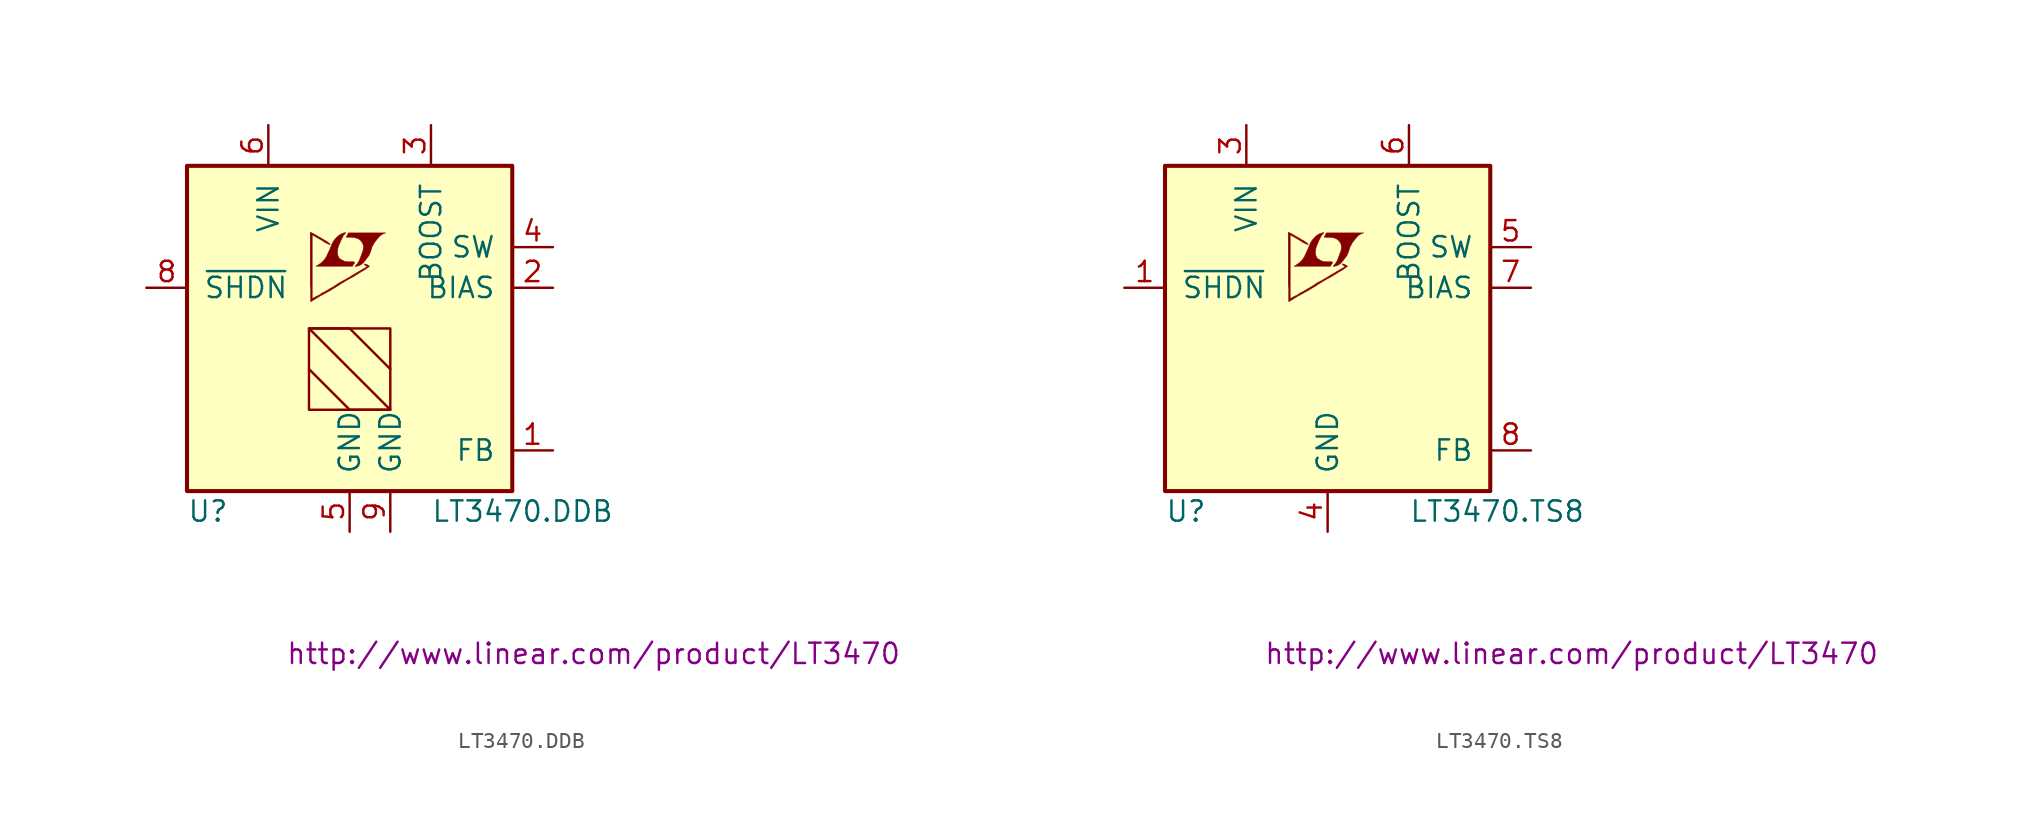
<source format=kicad_sym>
(kicad_symbol_lib
  (version 20201005)
  (generator kicad_symbol_editor)
  (symbol "LT3470.DDB"
    (pin_names
      (offset 1.016))
    (property "Reference" "U"
      (at -10.16 -11.43 0)
      (effects (font (size 1.27 1.27)) (justify left)))
    (property "Value" "LT3470.DDB"
      (at 5.08 -11.43 0)
      (effects (font (size 1.27 1.27)) (justify left)))
    (property "Datasheet" "http://www.linear.com/product/LT3470"
      (at 15.24 -20.32 0)
      (effects (font (size 1.27 1.27))))
    (symbol "LT3470.DDB_0_0"
      (polyline (pts (xy 0.584 3.912) (xy 0.762 4.013) (xy 0.914 4.166) (xy 1.219 4.572) (xy 1.321 4.826) (xy 1.397 5.08) (xy 1.549 5.359) (xy 1.727 5.588) (xy 1.905 5.791) (xy 2.108 5.918) (xy 2.261 5.969) (xy -0.076 5.969) (xy -0.152 5.842) (xy -0.152 5.817) (xy -0.203 5.74) (xy -0.229 5.715) (xy -0.178 5.69) (xy 0.102 5.69) (xy 0.356 5.664) (xy 0.559 5.588) (xy 0.711 5.461) (xy 0.813 5.309) (xy 0.864 5.131) (xy 0.838 4.902) (xy 0.838 4.877) (xy 0.61 4.267) (xy 0.508 4.089) (xy 0.406 3.962) (xy 0.33 3.886) (xy 0.432 3.886) (xy 0.584 3.912)) (stroke (width 0.025)) (fill (type outline)))
      (polyline (pts (xy 0.229 3.988) (xy 0.254 4.013) (xy 0.305 4.089) (xy 0.305 4.14) (xy 0.254 4.166) (xy -0.051 4.166) (xy -0.305 4.191) (xy -0.508 4.293) (xy -0.66 4.394) (xy -0.737 4.572) (xy -0.762 4.75) (xy -0.737 4.978) (xy -0.737 5.004) (xy -0.686 5.156) (xy -0.533 5.512) (xy -0.381 5.817) (xy -0.305 5.893) (xy -0.229 5.994) (xy -0.356 5.969) (xy -0.508 5.918) (xy -0.711 5.791) (xy -0.889 5.613) (xy -1.041 5.41) (xy -1.168 5.131) (xy -1.168 5.105) (xy -1.321 4.775) (xy -1.448 4.496) (xy -1.6 4.267) (xy -1.753 4.115) (xy -1.93 3.988) (xy -2.108 3.886) (xy 0.178 3.886) (xy 0.229 3.988)) (stroke (width 0.025)) (fill (type outline)))
      (polyline (pts (xy -2.362 1.702) (xy -2.286 1.753) (xy -2.159 1.829) (xy -2.083 1.88) (xy -1.829 2.032) (xy -1.27 2.337) (xy -0.762 2.642) (xy -0.533 2.794) (xy -0.356 2.896) (xy -0.203 2.997) (xy -0.102 3.048) (xy -0.025 3.099) (xy 0.127 3.175) (xy 0.305 3.277) (xy 0.711 3.531) (xy 0.889 3.632) (xy 1.041 3.734) (xy 1.143 3.81) (xy 1.219 3.861) (xy 1.245 3.886) (xy 1.092 3.988) (xy 0.94 4.039) (xy 0.914 4.013) (xy 0.914 3.988) (xy 0.991 3.937) (xy 1.092 3.861) (xy 0.178 3.327) (xy -0.025 3.2) (xy -0.33 3.023) (xy -0.66 2.845) (xy -0.965 2.642) (xy -1.27 2.464) (xy -1.524 2.311) (xy -1.727 2.21) (xy -1.905 2.083) (xy -2.083 2.007) (xy -2.21 1.93) (xy -2.311 1.88) (xy -2.337 1.854) (xy -2.337 5.842) (xy -1.803 5.537) (xy -1.676 5.461) (xy -1.524 5.359) (xy -1.372 5.283) (xy -1.295 5.258) (xy -1.245 5.232) (xy -1.219 5.232) (xy -1.219 5.283) (xy -1.295 5.334) (xy -1.422 5.436) (xy -1.6 5.537) (xy -1.727 5.613) (xy -2.083 5.817) (xy -2.21 5.893) (xy -2.464 6.02) (xy -2.464 2.743) (xy -2.438 2.438) (xy -2.438 1.676) (xy -2.413 1.676) (xy -2.362 1.702)) (stroke (width 0.025)) (fill (type outline))))
    (symbol "LT3470.DDB_0_1"
      (rectangle (start -10.16 10.16) (end 10.16 -10.16) (stroke (width 0.254)) (fill (type background)))
      (rectangle (start -2.54 0) (end 2.54 -5.08) (stroke (width 0)) (fill (type none)))
      (polyline (pts (xy -2.54 -2.54) (xy 0 -5.08) (xy 2.54 -5.08) (xy -2.54 0) (xy 0 0) (xy 2.54 -2.54)) (stroke (width 0)) (fill (type none))))
    (symbol "LT3470.DDB_1_1"
      (pin passive line (at 12.7 -7.62 180) (length 2.54) (name "FB" (effects (font (size 1.27 1.27)))) (number "1" (effects (font (size 1.27 1.27)))))
      (pin passive line (at 12.7 2.54 180) (length 2.54) (name "BIAS" (effects (font (size 1.27 1.27)))) (number "2" (effects (font (size 1.27 1.27)))))
      (pin passive line (at 5.08 12.7 270) (length 2.54) (name "BOOST" (effects (font (size 1.27 1.27)))) (number "3" (effects (font (size 1.27 1.27)))))
      (pin passive line (at 12.7 5.08 180) (length 2.54) (name "SW" (effects (font (size 1.27 1.27)))) (number "4" (effects (font (size 1.27 1.27)))))
      (pin power_in line (at 0 -12.7 90) (length 2.54) (name "GND" (effects (font (size 1.27 1.27)))) (number "5" (effects (font (size 1.27 1.27)))))
      (pin power_in line (at -5.08 12.7 270) (length 2.54) (name "VIN" (effects (font (size 1.27 1.27)))) (number "6" (effects (font (size 1.27 1.27)))))
      (pin unconnected line (at -2.54 -12.7 90) (length 2.54) hide (name "NC" (effects (font (size 1.27 1.27)))) (number "7" (effects (font (size 1.27 1.27)))))
      (pin input line (at -12.7 2.54 0) (length 2.54) (name "~SHDN~" (effects (font (size 1.27 1.27)))) (number "8" (effects (font (size 1.27 1.27)))))
      (pin power_in line (at 2.54 -12.7 90) (length 2.54) (name "GND" (effects (font (size 1.27 1.27)))) (number "9" (effects (font (size 1.27 1.27)))))))
  (symbol "LT3470.TS8"
    (pin_names
      (offset 1.016))
    (property "Reference" "U"
      (at -10.16 -11.43 0)
      (effects (font (size 1.27 1.27)) (justify left)))
    (property "Value" "LT3470.TS8"
      (at 5.08 -11.43 0)
      (effects (font (size 1.27 1.27)) (justify left)))
    (property "Datasheet" "http://www.linear.com/product/LT3470"
      (at 15.24 -20.32 0)
      (effects (font (size 1.27 1.27))))
    (symbol "LT3470.TS8_0_0"
      (polyline (pts (xy 0.584 3.912) (xy 0.762 4.013) (xy 0.914 4.166) (xy 1.219 4.572) (xy 1.321 4.826) (xy 1.397 5.08) (xy 1.549 5.359) (xy 1.727 5.588) (xy 1.905 5.791) (xy 2.108 5.918) (xy 2.261 5.969) (xy -0.076 5.969) (xy -0.152 5.842) (xy -0.152 5.817) (xy -0.203 5.74) (xy -0.229 5.715) (xy -0.178 5.69) (xy 0.102 5.69) (xy 0.356 5.664) (xy 0.559 5.588) (xy 0.711 5.461) (xy 0.813 5.309) (xy 0.864 5.131) (xy 0.838 4.902) (xy 0.838 4.877) (xy 0.61 4.267) (xy 0.508 4.089) (xy 0.406 3.962) (xy 0.33 3.886) (xy 0.432 3.886) (xy 0.584 3.912)) (stroke (width 0.025)) (fill (type outline)))
      (polyline (pts (xy 0.229 3.988) (xy 0.254 4.013) (xy 0.305 4.089) (xy 0.305 4.14) (xy 0.254 4.166) (xy -0.051 4.166) (xy -0.305 4.191) (xy -0.508 4.293) (xy -0.66 4.394) (xy -0.737 4.572) (xy -0.762 4.75) (xy -0.737 4.978) (xy -0.737 5.004) (xy -0.686 5.156) (xy -0.533 5.512) (xy -0.381 5.817) (xy -0.305 5.893) (xy -0.229 5.994) (xy -0.356 5.969) (xy -0.508 5.918) (xy -0.711 5.791) (xy -0.889 5.613) (xy -1.041 5.41) (xy -1.168 5.131) (xy -1.168 5.105) (xy -1.321 4.775) (xy -1.448 4.496) (xy -1.6 4.267) (xy -1.753 4.115) (xy -1.93 3.988) (xy -2.108 3.886) (xy 0.178 3.886) (xy 0.229 3.988)) (stroke (width 0.025)) (fill (type outline)))
      (polyline (pts (xy -2.362 1.702) (xy -2.286 1.753) (xy -2.159 1.829) (xy -2.083 1.88) (xy -1.829 2.032) (xy -1.27 2.337) (xy -0.762 2.642) (xy -0.533 2.794) (xy -0.356 2.896) (xy -0.203 2.997) (xy -0.102 3.048) (xy -0.025 3.099) (xy 0.127 3.175) (xy 0.305 3.277) (xy 0.711 3.531) (xy 0.889 3.632) (xy 1.041 3.734) (xy 1.143 3.81) (xy 1.219 3.861) (xy 1.245 3.886) (xy 1.092 3.988) (xy 0.94 4.039) (xy 0.914 4.013) (xy 0.914 3.988) (xy 0.991 3.937) (xy 1.092 3.861) (xy 0.178 3.327) (xy -0.025 3.2) (xy -0.33 3.023) (xy -0.66 2.845) (xy -0.965 2.642) (xy -1.27 2.464) (xy -1.524 2.311) (xy -1.727 2.21) (xy -1.905 2.083) (xy -2.083 2.007) (xy -2.21 1.93) (xy -2.311 1.88) (xy -2.337 1.854) (xy -2.337 5.842) (xy -1.803 5.537) (xy -1.676 5.461) (xy -1.524 5.359) (xy -1.372 5.283) (xy -1.295 5.258) (xy -1.245 5.232) (xy -1.219 5.232) (xy -1.219 5.283) (xy -1.295 5.334) (xy -1.422 5.436) (xy -1.6 5.537) (xy -1.727 5.613) (xy -2.083 5.817) (xy -2.21 5.893) (xy -2.464 6.02) (xy -2.464 2.743) (xy -2.438 2.438) (xy -2.438 1.676) (xy -2.413 1.676) (xy -2.362 1.702)) (stroke (width 0.025)) (fill (type outline))))
    (symbol "LT3470.TS8_0_1"
      (rectangle (start -10.16 10.16) (end 10.16 -10.16) (stroke (width 0.254)) (fill (type background))))
    (symbol "LT3470.TS8_1_1"
      (pin input line (at -12.7 2.54 0) (length 2.54) (name "~SHDN~" (effects (font (size 1.27 1.27)))) (number "1" (effects (font (size 1.27 1.27)))))
      (pin unconnected line (at -2.54 -12.7 90) (length 2.54) hide (name "NC" (effects (font (size 1.27 1.27)))) (number "2" (effects (font (size 1.27 1.27)))))
      (pin power_in line (at -5.08 12.7 270) (length 2.54) (name "VIN" (effects (font (size 1.27 1.27)))) (number "3" (effects (font (size 1.27 1.27)))))
      (pin power_in line (at 0 -12.7 90) (length 2.54) (name "GND" (effects (font (size 1.27 1.27)))) (number "4" (effects (font (size 1.27 1.27)))))
      (pin passive line (at 12.7 5.08 180) (length 2.54) (name "SW" (effects (font (size 1.27 1.27)))) (number "5" (effects (font (size 1.27 1.27)))))
      (pin passive line (at 5.08 12.7 270) (length 2.54) (name "BOOST" (effects (font (size 1.27 1.27)))) (number "6" (effects (font (size 1.27 1.27)))))
      (pin passive line (at 12.7 2.54 180) (length 2.54) (name "BIAS" (effects (font (size 1.27 1.27)))) (number "7" (effects (font (size 1.27 1.27)))))
      (pin passive line (at 12.7 -7.62 180) (length 2.54) (name "FB" (effects (font (size 1.27 1.27)))) (number "8" (effects (font (size 1.27 1.27))))))))
</source>
